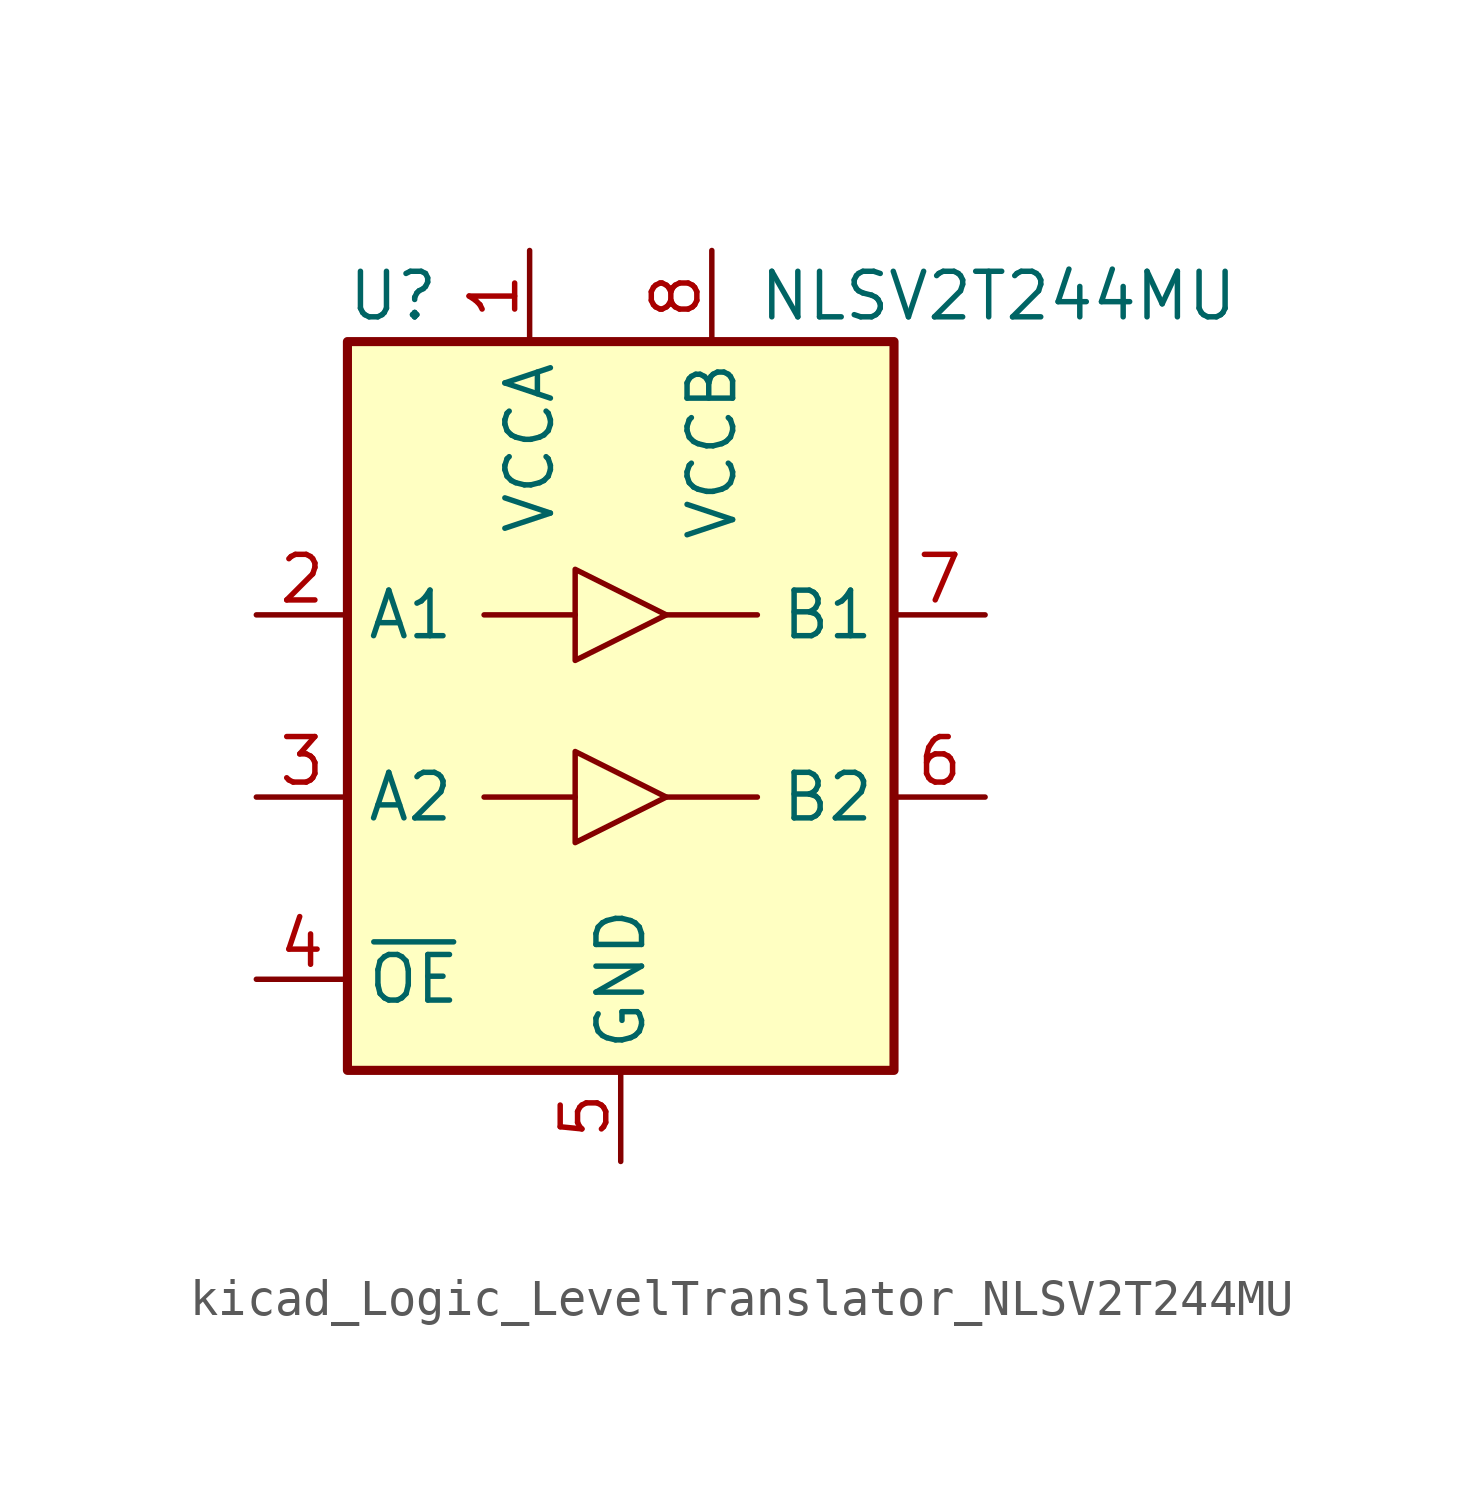
<source format=kicad_sym>
(kicad_symbol_lib
  (version 20220914)
  (generator kicad_symbol_editor)
  (symbol "kicad_Logic_LevelTranslator_NLSV2T244MU"
    (property "Reference" "U"
      (at -6.35 11.43 0)
      (effects (font (size 1.27 1.27))))
    (property "Value" "NLSV2T244MU"
      (at 3.81 11.43 0)
      (effects (font (size 1.27 1.27)) (justify left)))
    (symbol "kicad_Logic_LevelTranslator_NLSV2T244MU_0_1"
      (rectangle (start -7.62 10.16) (end 7.62 -10.16) (stroke (width 0.254) (type default)) (fill (type background)))
      (polyline (pts (xy -3.81 -2.54) (xy -1.27 -2.54)) (stroke (width 0) (type default)) (fill (type none)))
      (polyline (pts (xy -3.81 2.54) (xy -1.27 2.54)) (stroke (width 0) (type default)) (fill (type none)))
      (polyline (pts (xy 3.81 -2.54) (xy 1.27 -2.54)) (stroke (width 0) (type default)) (fill (type none)))
      (polyline (pts (xy 3.81 2.54) (xy 1.27 2.54)) (stroke (width 0) (type default)) (fill (type none)))
      (polyline (pts (xy -1.27 -3.81) (xy -1.27 -1.27) (xy 1.27 -2.54) (xy -1.27 -3.81)) (stroke (width 0) (type default)) (fill (type none)))
      (polyline (pts (xy -1.27 1.27) (xy -1.27 3.81) (xy 1.27 2.54) (xy -1.27 1.27)) (stroke (width 0) (type default)) (fill (type none))))
    (symbol "kicad_Logic_LevelTranslator_NLSV2T244MU_1_1"
      (pin power_in line (at -2.54 12.7 270) (length 2.54) (name "VCCA" (effects (font (size 1.27 1.27)))) (number "1" (effects (font (size 1.27 1.27)))))
      (pin input line (at -10.16 2.54 0) (length 2.54) (name "A1" (effects (font (size 1.27 1.27)))) (number "2" (effects (font (size 1.27 1.27)))))
      (pin input line (at -10.16 -2.54 0) (length 2.54) (name "A2" (effects (font (size 1.27 1.27)))) (number "3" (effects (font (size 1.27 1.27)))))
      (pin input line (at -10.16 -7.62 0) (length 2.54) (name "~{OE}" (effects (font (size 1.27 1.27)))) (number "4" (effects (font (size 1.27 1.27)))))
      (pin power_in line (at 0 -12.7 90) (length 2.54) (name "GND" (effects (font (size 1.27 1.27)))) (number "5" (effects (font (size 1.27 1.27)))))
      (pin output line (at 10.16 -2.54 180) (length 2.54) (name "B2" (effects (font (size 1.27 1.27)))) (number "6" (effects (font (size 1.27 1.27)))))
      (pin output line (at 10.16 2.54 180) (length 2.54) (name "B1" (effects (font (size 1.27 1.27)))) (number "7" (effects (font (size 1.27 1.27)))))
      (pin power_in line (at 2.54 12.7 270) (length 2.54) (name "VCCB" (effects (font (size 1.27 1.27)))) (number "8" (effects (font (size 1.27 1.27))))))))
</source>
